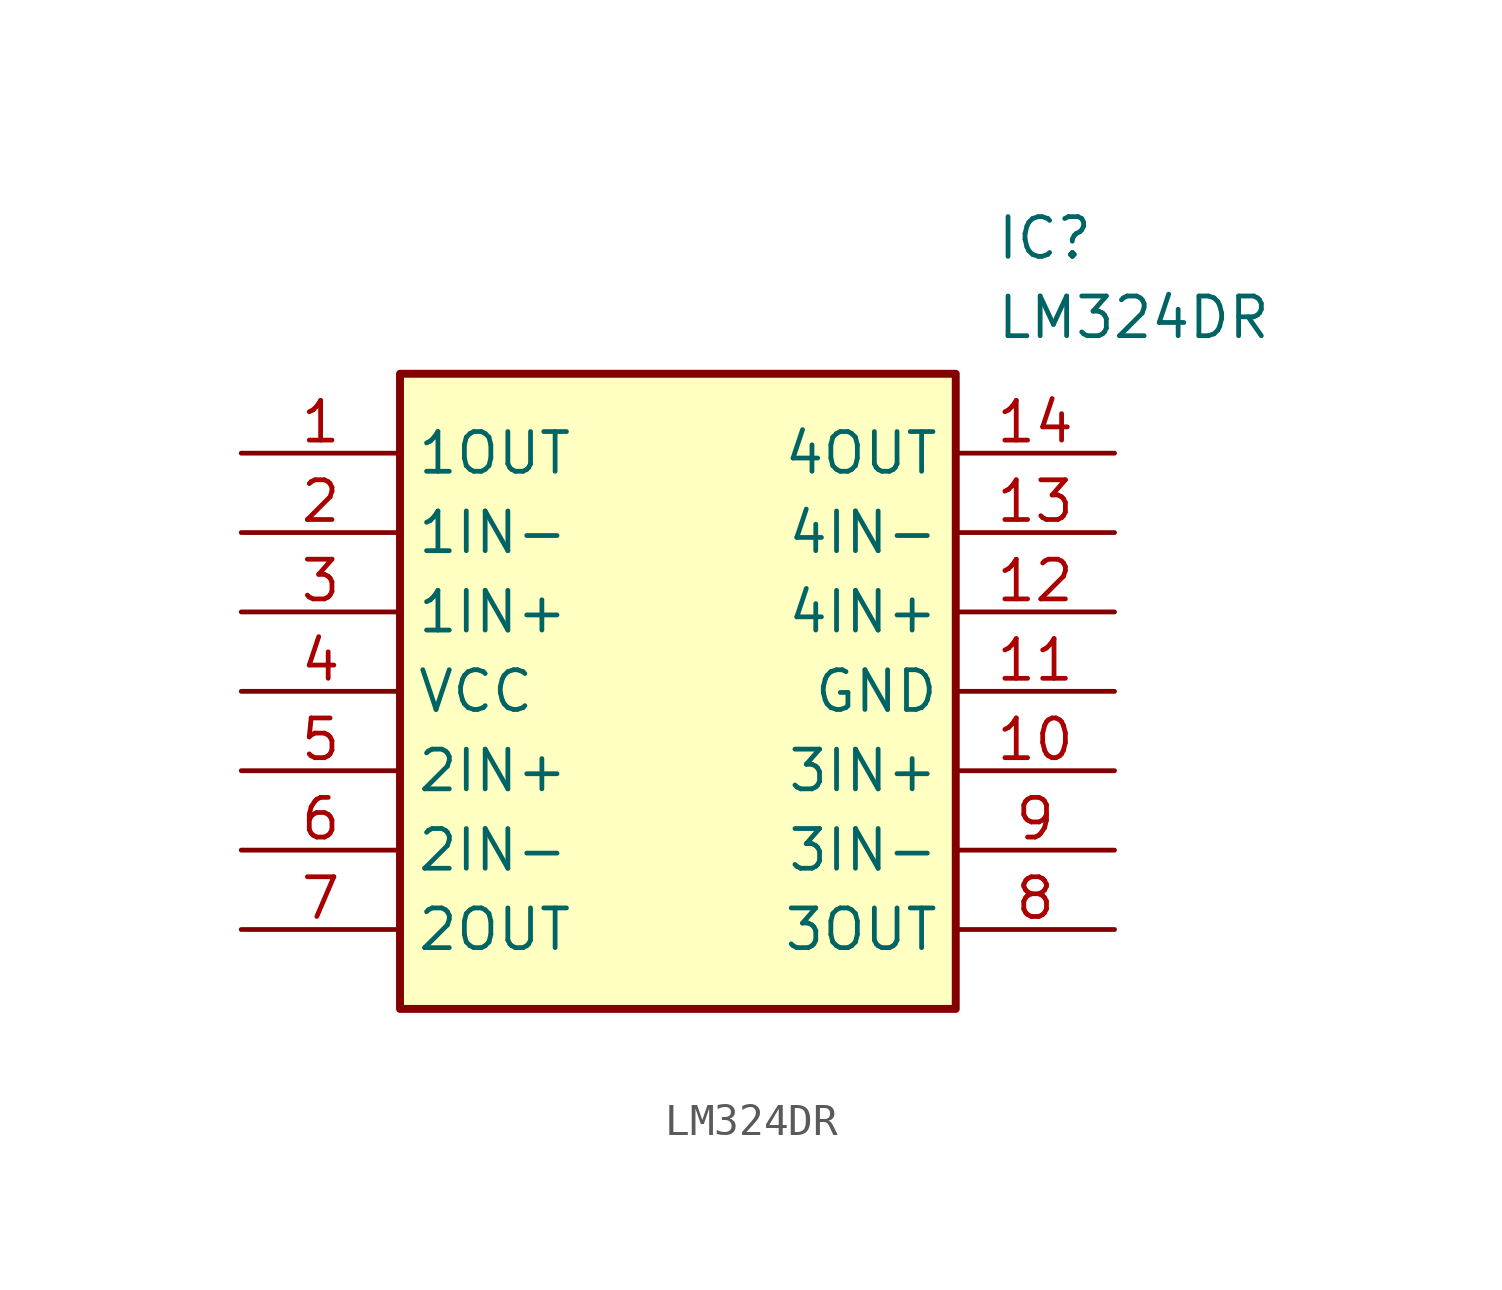
<source format=kicad_sym>
(kicad_symbol_lib
  (version 20211014)
  (generator SamacSys_ECAD_Model)
  (symbol "LM324DR"
    (property "Reference" "IC"
      (at 24.13 7.62 0)
      (effects (font (size 1.27 1.27)) (justify left top)))
    (property "Value" "LM324DR"
      (at 24.13 5.08 0)
      (effects (font (size 1.27 1.27)) (justify left top)))
    (rectangle
      (start 5.08 2.54)
      (end 22.86 -17.78)
      (stroke (width 0.254) (type default))
      (fill (type background)))
    (pin passive line
      (at 0 0 0)
      (length 5.08)
      (name "1OUT" (effects (font (size 1.27 1.27))))
      (number "1" (effects (font (size 1.27 1.27)))))
    (pin passive line
      (at 0 -2.54 0)
      (length 5.08)
      (name "1IN-" (effects (font (size 1.27 1.27))))
      (number "2" (effects (font (size 1.27 1.27)))))
    (pin passive line
      (at 0 -5.08 0)
      (length 5.08)
      (name "1IN+" (effects (font (size 1.27 1.27))))
      (number "3" (effects (font (size 1.27 1.27)))))
    (pin passive line
      (at 0 -7.62 0)
      (length 5.08)
      (name "VCC" (effects (font (size 1.27 1.27))))
      (number "4" (effects (font (size 1.27 1.27)))))
    (pin passive line
      (at 0 -10.16 0)
      (length 5.08)
      (name "2IN+" (effects (font (size 1.27 1.27))))
      (number "5" (effects (font (size 1.27 1.27)))))
    (pin passive line
      (at 0 -12.7 0)
      (length 5.08)
      (name "2IN-" (effects (font (size 1.27 1.27))))
      (number "6" (effects (font (size 1.27 1.27)))))
    (pin passive line
      (at 0 -15.24 0)
      (length 5.08)
      (name "2OUT" (effects (font (size 1.27 1.27))))
      (number "7" (effects (font (size 1.27 1.27)))))
    (pin passive line
      (at 27.94 0 180)
      (length 5.08)
      (name "4OUT" (effects (font (size 1.27 1.27))))
      (number "14" (effects (font (size 1.27 1.27)))))
    (pin passive line
      (at 27.94 -2.54 180)
      (length 5.08)
      (name "4IN-" (effects (font (size 1.27 1.27))))
      (number "13" (effects (font (size 1.27 1.27)))))
    (pin passive line
      (at 27.94 -5.08 180)
      (length 5.08)
      (name "4IN+" (effects (font (size 1.27 1.27))))
      (number "12" (effects (font (size 1.27 1.27)))))
    (pin passive line
      (at 27.94 -7.62 180)
      (length 5.08)
      (name "GND" (effects (font (size 1.27 1.27))))
      (number "11" (effects (font (size 1.27 1.27)))))
    (pin passive line
      (at 27.94 -10.16 180)
      (length 5.08)
      (name "3IN+" (effects (font (size 1.27 1.27))))
      (number "10" (effects (font (size 1.27 1.27)))))
    (pin passive line
      (at 27.94 -12.7 180)
      (length 5.08)
      (name "3IN-" (effects (font (size 1.27 1.27))))
      (number "9" (effects (font (size 1.27 1.27)))))
    (pin passive line
      (at 27.94 -15.24 180)
      (length 5.08)
      (name "3OUT" (effects (font (size 1.27 1.27))))
      (number "8" (effects (font (size 1.27 1.27)))))))
</source>
